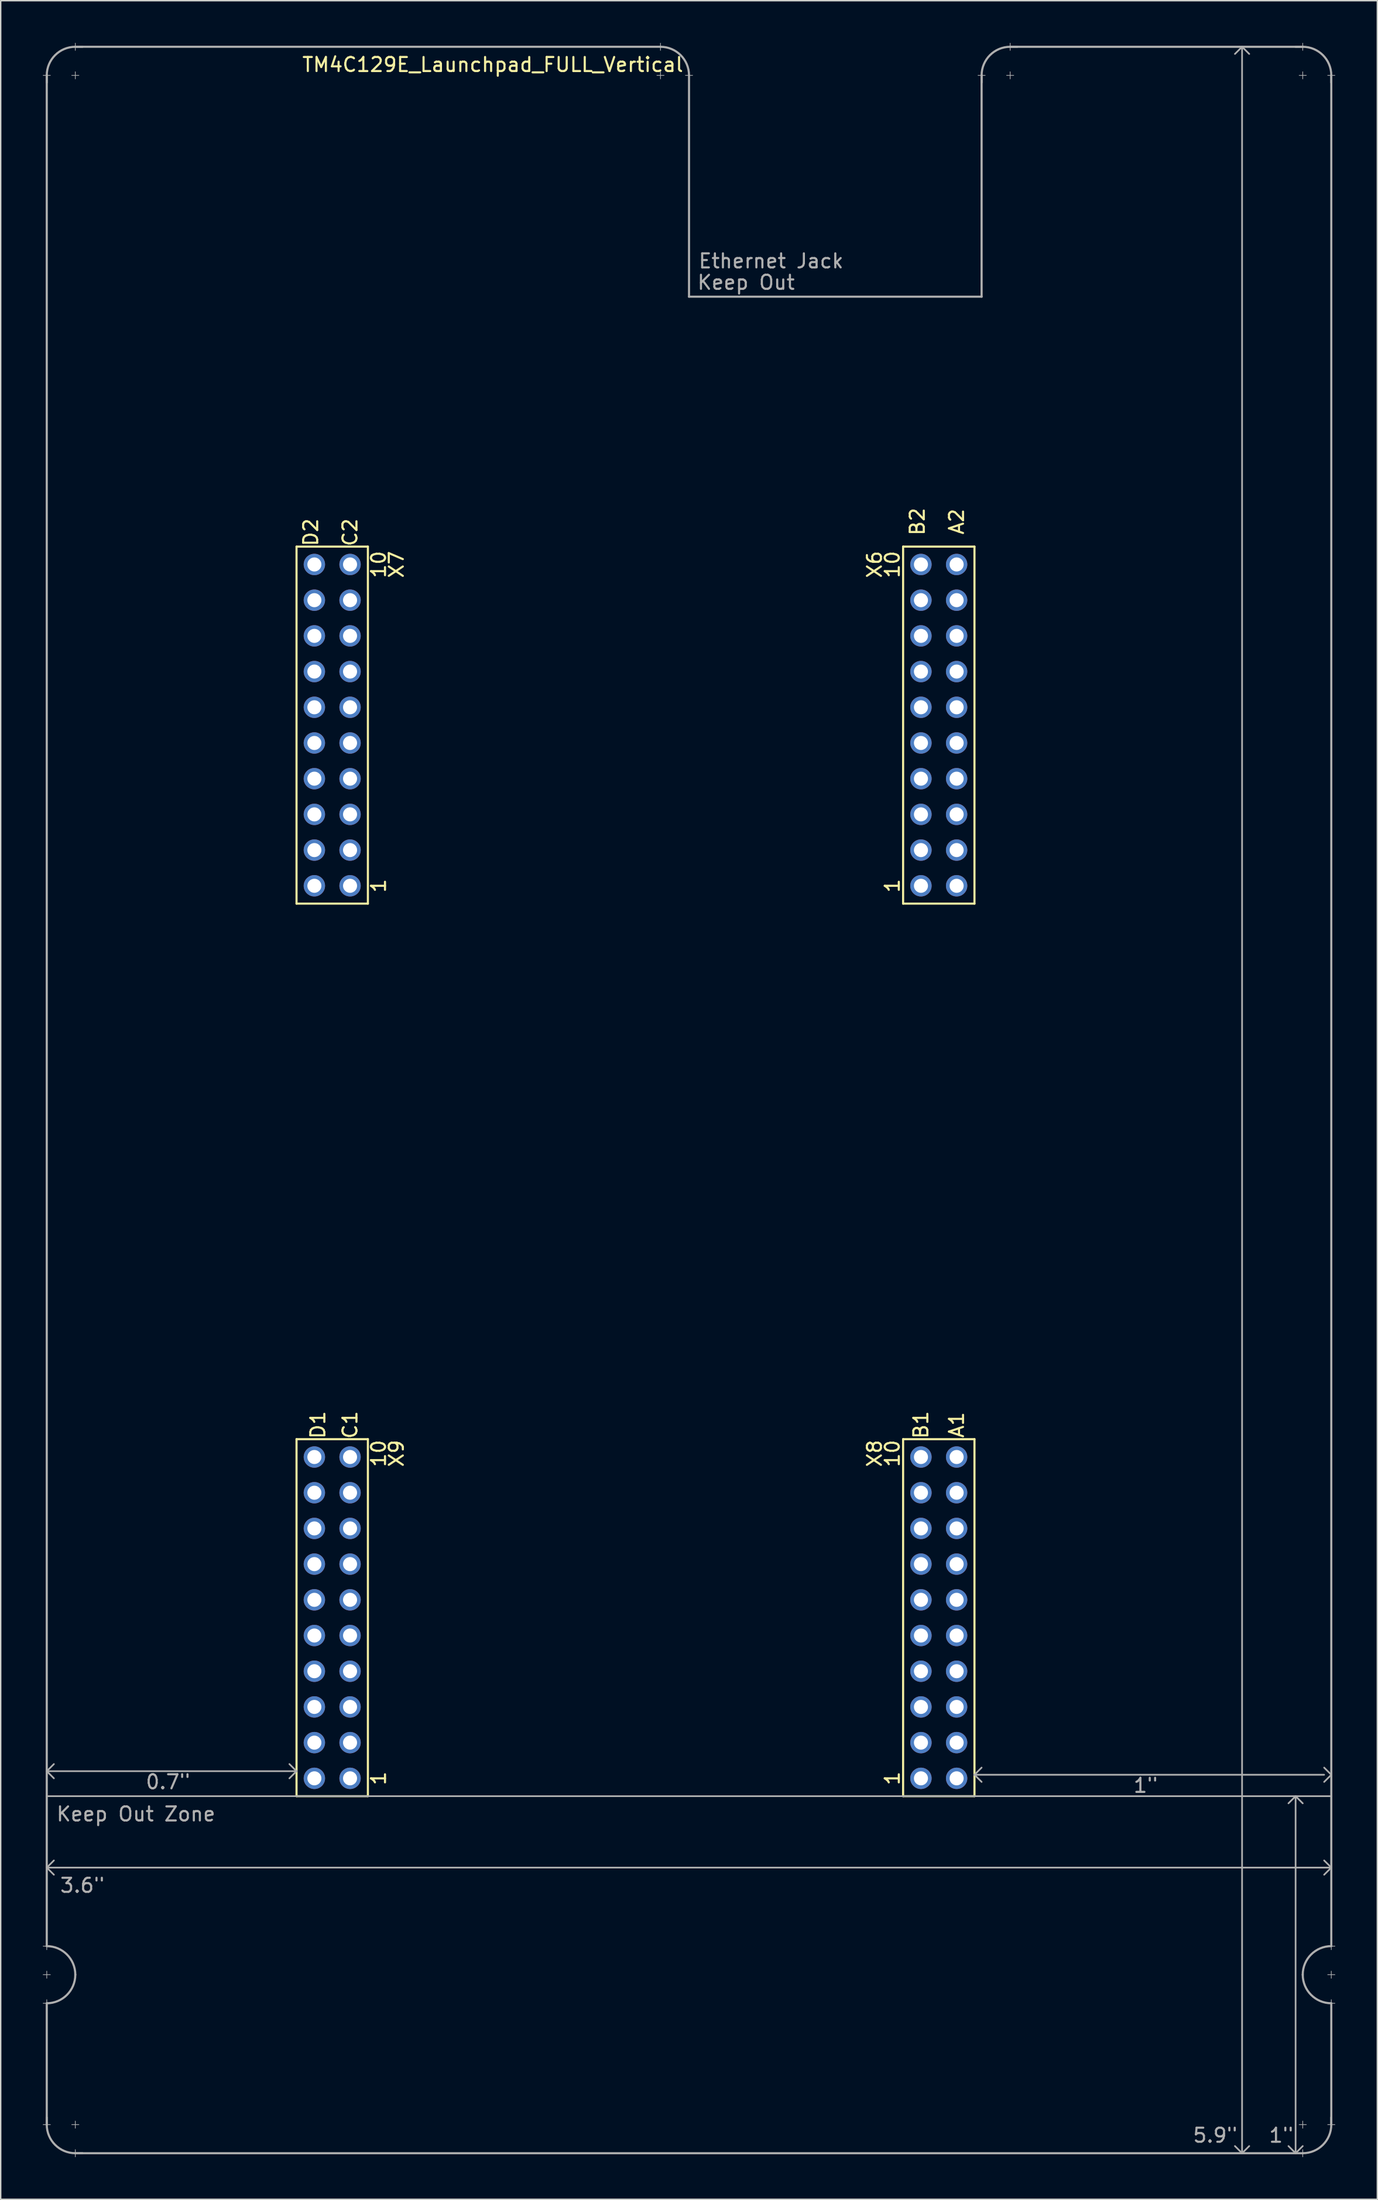
<source format=kicad_pcb>
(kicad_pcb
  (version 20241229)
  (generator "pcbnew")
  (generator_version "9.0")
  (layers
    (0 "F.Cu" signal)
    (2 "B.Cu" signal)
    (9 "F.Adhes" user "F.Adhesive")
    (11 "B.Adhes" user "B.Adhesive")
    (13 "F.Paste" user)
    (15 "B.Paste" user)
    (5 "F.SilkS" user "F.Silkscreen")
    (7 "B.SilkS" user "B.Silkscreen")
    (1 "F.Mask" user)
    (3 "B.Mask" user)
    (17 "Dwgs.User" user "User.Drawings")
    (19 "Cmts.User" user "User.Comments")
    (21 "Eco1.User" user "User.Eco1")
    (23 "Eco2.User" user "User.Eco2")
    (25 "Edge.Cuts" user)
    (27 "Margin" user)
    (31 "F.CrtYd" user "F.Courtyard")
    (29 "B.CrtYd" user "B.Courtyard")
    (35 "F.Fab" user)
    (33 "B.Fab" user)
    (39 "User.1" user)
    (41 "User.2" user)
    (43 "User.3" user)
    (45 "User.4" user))
  (footprint "TM4C129E_Launchpad_FULL_Vertical"
    (layer "F.Cu")
    (at 0.279 0.279)
    (property "Reference" "TM4C129E_Launchpad_FULL_Vertical" (at 31.75 1.27 0) (layer "F.SilkS") (effects (font (size 1 1) (thickness 0.15))))
    (attr through_hole)
    (fp_line (start 17.78 35.56) (end 17.78 60.96) (stroke (width 0.15) (type solid)) (layer "F.SilkS"))
    (fp_line (start 17.78 60.96) (end 22.86 60.96) (stroke (width 0.15) (type solid)) (layer "F.SilkS"))
    (fp_line (start 17.78 99.06) (end 17.78 124.46) (stroke (width 0.15) (type solid)) (layer "F.SilkS"))
    (fp_line (start 17.78 124.46) (end 22.86 124.46) (stroke (width 0.15) (type solid)) (layer "F.SilkS"))
    (fp_line (start 22.86 35.56) (end 17.78 35.56) (stroke (width 0.15) (type solid)) (layer "F.SilkS"))
    (fp_line (start 22.86 60.96) (end 22.86 35.56) (stroke (width 0.15) (type solid)) (layer "F.SilkS"))
    (fp_line (start 22.86 99.06) (end 17.78 99.06) (stroke (width 0.15) (type solid)) (layer "F.SilkS"))
    (fp_line (start 22.86 124.46) (end 22.86 99.06) (stroke (width 0.15) (type solid)) (layer "F.SilkS"))
    (fp_line (start 60.96 35.56) (end 60.96 60.96) (stroke (width 0.15) (type solid)) (layer "F.SilkS"))
    (fp_line (start 60.96 60.96) (end 66.04 60.96) (stroke (width 0.15) (type solid)) (layer "F.SilkS"))
    (fp_line (start 60.96 99.06) (end 60.96 124.46) (stroke (width 0.15) (type solid)) (layer "F.SilkS"))
    (fp_line (start 60.96 124.46) (end 66.04 124.46) (stroke (width 0.15) (type solid)) (layer "F.SilkS"))
    (fp_line (start 66.04 35.56) (end 60.96 35.56) (stroke (width 0.15) (type solid)) (layer "F.SilkS"))
    (fp_line (start 66.04 60.96) (end 66.04 35.56) (stroke (width 0.15) (type solid)) (layer "F.SilkS"))
    (fp_line (start 66.04 99.06) (end 60.96 99.06) (stroke (width 0.15) (type solid)) (layer "F.SilkS"))
    (fp_line (start 66.04 124.46) (end 66.04 99.06) (stroke (width 0.15) (type solid)) (layer "F.SilkS"))
    (fp_line (start -0.254 135.128) (end 0.254 135.128) (stroke (width 0.05) (type solid)) (layer "F.Fab"))
    (fp_line (start -0.254 137.16) (end 0.254 137.16) (stroke (width 0.05) (type solid)) (layer "F.Fab"))
    (fp_line (start -0.254 139.192) (end 0.254 139.192) (stroke (width 0.05) (type solid)) (layer "F.Fab"))
    (fp_line (start 0 2.032) (end 0 2.54) (stroke (width 0.15) (type solid)) (layer "F.Fab"))
    (fp_line (start 0 122.682) (end 0.508 122.174) (stroke (width 0.12) (type solid)) (layer "F.Fab"))
    (fp_line (start 0 122.682) (end 0.508 123.19) (stroke (width 0.12) (type solid)) (layer "F.Fab"))
    (fp_line (start 0 122.682) (end 17.78 122.682) (stroke (width 0.12) (type solid)) (layer "F.Fab"))
    (fp_line (start 0 129.54) (end 91.44 129.54) (stroke (width 0.12) (type solid)) (layer "F.Fab"))
    (fp_line (start 0 134.874) (end 0 135.382) (stroke (width 0.05) (type solid)) (layer "F.Fab"))
    (fp_line (start 0 135.128) (end 0 2.032) (stroke (width 0.15) (type solid)) (layer "F.Fab"))
    (fp_line (start 0 136.906) (end 0 137.414) (stroke (width 0.05) (type solid)) (layer "F.Fab"))
    (fp_line (start 0 138.938) (end 0 139.446) (stroke (width 0.05) (type solid)) (layer "F.Fab"))
    (fp_line (start 0 139.192) (end 0 147.828) (stroke (width 0.15) (type solid)) (layer "F.Fab"))
    (fp_line (start 0 147.32) (end 0 147.828) (stroke (width 0.15) (type solid)) (layer "F.Fab"))
    (fp_line (start 0.254 2.032) (end -0.254 2.032) (stroke (width 0.05) (type solid)) (layer "F.Fab"))
    (fp_line (start 0.254 147.828) (end -0.254 147.828) (stroke (width 0.05) (type solid)) (layer "F.Fab"))
    (fp_line (start 0.508 129.032) (end 0 129.54) (stroke (width 0.12) (type solid)) (layer "F.Fab"))
    (fp_line (start 0.508 130.048) (end 0 129.54) (stroke (width 0.12) (type solid)) (layer "F.Fab"))
    (fp_line (start 1.778 147.828) (end 2.286 147.828) (stroke (width 0.05) (type solid)) (layer "F.Fab"))
    (fp_line (start 2.032 0) (end 43.688 0) (stroke (width 0.15) (type solid)) (layer "F.Fab"))
    (fp_line (start 2.032 0.254) (end 2.032 -0.254) (stroke (width 0.05) (type solid)) (layer "F.Fab"))
    (fp_line (start 2.032 1.778) (end 2.032 2.286) (stroke (width 0.05) (type solid)) (layer "F.Fab"))
    (fp_line (start 2.032 147.574) (end 2.032 148.082) (stroke (width 0.05) (type solid)) (layer "F.Fab"))
    (fp_line (start 2.032 149.606) (end 2.032 150.114) (stroke (width 0.05) (type solid)) (layer "F.Fab"))
    (fp_line (start 2.032 149.86) (end 2.54 149.86) (stroke (width 0.15) (type solid)) (layer "F.Fab"))
    (fp_line (start 2.032 149.86) (end 88.9 149.86) (stroke (width 0.15) (type solid)) (layer "F.Fab"))
    (fp_line (start 2.286 2.032) (end 1.778 2.032) (stroke (width 0.05) (type solid)) (layer "F.Fab"))
    (fp_line (start 2.54 0) (end 2.032 0) (stroke (width 0.15) (type solid)) (layer "F.Fab"))
    (fp_line (start 17.272 122.174) (end 17.78 122.682) (stroke (width 0.12) (type solid)) (layer "F.Fab"))
    (fp_line (start 17.272 123.19) (end 17.78 122.682) (stroke (width 0.12) (type solid)) (layer "F.Fab"))
    (fp_line (start 43.434 2.032) (end 43.942 2.032) (stroke (width 0.05) (type solid)) (layer "F.Fab"))
    (fp_line (start 43.688 0.254) (end 43.688 -0.254) (stroke (width 0.05) (type solid)) (layer "F.Fab"))
    (fp_line (start 43.688 2.286) (end 43.688 1.778) (stroke (width 0.05) (type solid)) (layer "F.Fab"))
    (fp_line (start 45.466 2.032) (end 45.974 2.032) (stroke (width 0.05) (type solid)) (layer "F.Fab"))
    (fp_line (start 45.72 2.032) (end 45.72 17.78) (stroke (width 0.15) (type solid)) (layer "F.Fab"))
    (fp_line (start 45.72 17.78) (end 66.548 17.78) (stroke (width 0.15) (type solid)) (layer "F.Fab"))
    (fp_line (start 66.04 122.936) (end 66.548 122.428) (stroke (width 0.12) (type solid)) (layer "F.Fab"))
    (fp_line (start 66.04 122.936) (end 66.548 123.444) (stroke (width 0.12) (type solid)) (layer "F.Fab"))
    (fp_line (start 66.04 122.936) (end 90.932 122.936) (stroke (width 0.12) (type solid)) (layer "F.Fab"))
    (fp_line (start 66.548 2.032) (end 66.548 2.54) (stroke (width 0.15) (type solid)) (layer "F.Fab"))
    (fp_line (start 66.548 17.78) (end 66.548 2.032) (stroke (width 0.152) (type solid)) (layer "F.Fab"))
    (fp_line (start 66.802 2.032) (end 66.294 2.032) (stroke (width 0.05) (type solid)) (layer "F.Fab"))
    (fp_line (start 68.58 0.254) (end 68.58 -0.254) (stroke (width 0.05) (type solid)) (layer "F.Fab"))
    (fp_line (start 68.58 1.778) (end 68.58 2.286) (stroke (width 0.05) (type solid)) (layer "F.Fab"))
    (fp_line (start 68.834 2.032) (end 68.326 2.032) (stroke (width 0.05) (type solid)) (layer "F.Fab"))
    (fp_line (start 69.088 0) (end 68.58 0) (stroke (width 0.15) (type solid)) (layer "F.Fab"))
    (fp_line (start 84.582 0.508) (end 85.09 0) (stroke (width 0.12) (type solid)) (layer "F.Fab"))
    (fp_line (start 84.582 149.352) (end 85.09 149.86) (stroke (width 0.12) (type solid)) (layer "F.Fab"))
    (fp_line (start 85.09 149.86) (end 85.09 0) (stroke (width 0.12) (type solid)) (layer "F.Fab"))
    (fp_line (start 85.598 0.508) (end 85.09 0) (stroke (width 0.12) (type solid)) (layer "F.Fab"))
    (fp_line (start 85.598 149.352) (end 85.09 149.86) (stroke (width 0.12) (type solid)) (layer "F.Fab"))
    (fp_line (start 88.392 124.968) (end 88.9 124.46) (stroke (width 0.12) (type solid)) (layer "F.Fab"))
    (fp_line (start 88.9 0) (end 89.408 0) (stroke (width 0.15) (type solid)) (layer "F.Fab"))
    (fp_line (start 88.9 149.86) (end 88.392 149.352) (stroke (width 0.12) (type solid)) (layer "F.Fab"))
    (fp_line (start 88.9 149.86) (end 88.9 124.46) (stroke (width 0.12) (type solid)) (layer "F.Fab"))
    (fp_line (start 88.9 149.86) (end 89.408 149.352) (stroke (width 0.12) (type solid)) (layer "F.Fab"))
    (fp_line (start 89.154 2.032) (end 89.662 2.032) (stroke (width 0.05) (type solid)) (layer "F.Fab"))
    (fp_line (start 89.408 0) (end 68.58 0) (stroke (width 0.152) (type solid)) (layer "F.Fab"))
    (fp_line (start 89.408 0.254) (end 89.408 -0.254) (stroke (width 0.05) (type solid)) (layer "F.Fab"))
    (fp_line (start 89.408 1.778) (end 89.408 2.286) (stroke (width 0.05) (type solid)) (layer "F.Fab"))
    (fp_line (start 89.408 124.968) (end 88.9 124.46) (stroke (width 0.12) (type solid)) (layer "F.Fab"))
    (fp_line (start 89.408 147.574) (end 89.408 148.082) (stroke (width 0.05) (type solid)) (layer "F.Fab"))
    (fp_line (start 89.408 149.606) (end 89.408 150.114) (stroke (width 0.05) (type solid)) (layer "F.Fab"))
    (fp_line (start 89.408 149.86) (end 88.9 149.86) (stroke (width 0.15) (type solid)) (layer "F.Fab"))
    (fp_line (start 89.662 147.828) (end 89.154 147.828) (stroke (width 0.05) (type solid)) (layer "F.Fab"))
    (fp_line (start 90.932 122.428) (end 91.44 122.936) (stroke (width 0.12) (type solid)) (layer "F.Fab"))
    (fp_line (start 90.932 123.444) (end 91.44 122.936) (stroke (width 0.12) (type solid)) (layer "F.Fab"))
    (fp_line (start 90.932 129.032) (end 91.44 129.54) (stroke (width 0.12) (type solid)) (layer "F.Fab"))
    (fp_line (start 90.932 130.048) (end 91.44 129.54) (stroke (width 0.12) (type solid)) (layer "F.Fab"))
    (fp_line (start 91.186 2.032) (end 91.694 2.032) (stroke (width 0.05) (type solid)) (layer "F.Fab"))
    (fp_line (start 91.186 147.828) (end 91.694 147.828) (stroke (width 0.05) (type solid)) (layer "F.Fab"))
    (fp_line (start 91.44 2.032) (end 91.44 2.54) (stroke (width 0.15) (type solid)) (layer "F.Fab"))
    (fp_line (start 91.44 124.46) (end 0 124.46) (stroke (width 0.12) (type solid)) (layer "F.Fab"))
    (fp_line (start 91.44 134.874) (end 91.44 135.382) (stroke (width 0.05) (type solid)) (layer "F.Fab"))
    (fp_line (start 91.44 135.128) (end 91.44 2.032) (stroke (width 0.15) (type solid)) (layer "F.Fab"))
    (fp_line (start 91.44 136.906) (end 91.44 137.414) (stroke (width 0.05) (type solid)) (layer "F.Fab"))
    (fp_line (start 91.44 138.938) (end 91.44 139.446) (stroke (width 0.05) (type solid)) (layer "F.Fab"))
    (fp_line (start 91.44 139.192) (end 91.44 147.828) (stroke (width 0.15) (type solid)) (layer "F.Fab"))
    (fp_line (start 91.44 147.32) (end 91.44 147.828) (stroke (width 0.15) (type solid)) (layer "F.Fab"))
    (fp_line (start 91.694 135.128) (end 91.186 135.128) (stroke (width 0.05) (type solid)) (layer "F.Fab"))
    (fp_line (start 91.694 137.16) (end 91.186 137.16) (stroke (width 0.05) (type solid)) (layer "F.Fab"))
    (fp_line (start 91.694 139.192) (end 91.186 139.192) (stroke (width 0.05) (type solid)) (layer "F.Fab"))
    (fp_arc (start 0 2.032) (mid 0.595159 0.595159) (end 2.032 0) (stroke (width 0.15) (type solid)) (layer "F.Fab"))
    (fp_arc (start 0 135.128) (mid 1.436841 135.723159) (end 2.032 137.16) (stroke (width 0.15) (type solid)) (layer "F.Fab"))
    (fp_arc (start 2.032 137.16) (mid 1.436841 138.596841) (end 0 139.192) (stroke (width 0.15) (type solid)) (layer "F.Fab"))
    (fp_arc (start 2.032 149.86) (mid 0.595159 149.264841) (end 0 147.828) (stroke (width 0.15) (type solid)) (layer "F.Fab"))
    (fp_arc (start 43.688 0) (mid 45.124841 0.595159) (end 45.72 2.032) (stroke (width 0.15) (type solid)) (layer "F.Fab"))
    (fp_arc (start 66.548 2.032) (mid 67.143159 0.595159) (end 68.58 0) (stroke (width 0.15) (type solid)) (layer "F.Fab"))
    (fp_arc (start 89.408 0) (mid 90.844841 0.595159) (end 91.44 2.032) (stroke (width 0.15) (type solid)) (layer "F.Fab"))
    (fp_arc (start 89.408 137.16) (mid 90.003159 135.723159) (end 91.44 135.128) (stroke (width 0.15) (type solid)) (layer "F.Fab"))
    (fp_arc (start 91.44 139.192) (mid 90.003159 138.596841) (end 89.408 137.16) (stroke (width 0.15) (type solid)) (layer "F.Fab"))
    (fp_arc (start 91.44 147.828) (mid 90.844841 149.264841) (end 89.408 149.86) (stroke (width 0.15) (type solid)) (layer "F.Fab"))
    (fp_text user "D1" (at 19.304 98.044 270) (layer "F.SilkS") (effects (font (size 1 1) (thickness 0.15))))
    (fp_text user "X9" (at 24.892 100.076 270) (layer "F.SilkS") (effects (font (size 1 1) (thickness 0.15))))
    (fp_text user "10" (at 23.622 36.83 270) (layer "F.SilkS") (effects (font (size 1 1) (thickness 0.15))))
    (fp_text user "X7" (at 24.892 36.83 270) (layer "F.SilkS") (effects (font (size 1 1) (thickness 0.15))))
    (fp_text user "1" (at 23.622 123.19 270) (layer "F.SilkS") (effects (font (size 1 1) (thickness 0.15))))
    (fp_text user "X6" (at 58.928 36.83 90) (layer "F.SilkS") (effects (font (size 1 1) (thickness 0.15))))
    (fp_text user "B2" (at 61.976 33.782 270) (layer "F.SilkS") (effects (font (size 1 1) (thickness 0.15))))
    (fp_text user "1" (at 23.622 59.69 270) (layer "F.SilkS") (effects (font (size 1 1) (thickness 0.15))))
    (fp_text user "A1" (at 64.77 98.044 270) (layer "F.SilkS") (effects (font (size 1 1) (thickness 0.15))))
    (fp_text user "1" (at 60.198 59.69 270) (layer "F.SilkS") (effects (font (size 1 1) (thickness 0.15))))
    (fp_text user "B1" (at 62.23 98.044 270) (layer "F.SilkS") (effects (font (size 1 1) (thickness 0.15))))
    (fp_text user "1" (at 60.198 123.19 270) (layer "F.SilkS") (effects (font (size 1 1) (thickness 0.15))))
    (fp_text user "A2" (at 64.77 33.782 270) (layer "F.SilkS") (effects (font (size 1 1) (thickness 0.15))))
    (fp_text user "10" (at 23.622 100.076 270) (layer "F.SilkS") (effects (font (size 1 1) (thickness 0.15))))
    (fp_text user "X8" (at 58.928 100.076 270) (layer "F.SilkS") (effects (font (size 1 1) (thickness 0.15))))
    (fp_text user "D2" (at 18.796 34.544 90) (layer "F.SilkS") (effects (font (size 1 1) (thickness 0.15))))
    (fp_text user "C2" (at 21.59 34.544 270) (layer "F.SilkS") (effects (font (size 1 1) (thickness 0.15))))
    (fp_text user "10" (at 60.198 100.076 270) (layer "F.SilkS") (effects (font (size 1 1) (thickness 0.15))))
    (fp_text user "10" (at 60.198 36.83 270) (layer "F.SilkS") (effects (font (size 1 1) (thickness 0.15))))
    (fp_text user "C1" (at 21.59 98.044 270) (layer "F.SilkS") (effects (font (size 1 1) (thickness 0.15))))
    (fp_text user "Keep Out Zone" (at 6.35 125.73 0) (layer "F.Fab") (effects (font (size 1 1) (thickness 0.15))))
    (fp_text user "Ethernet Jack" (at 51.562 15.24 0) (layer "F.Fab") (effects (font (size 1 1) (thickness 0.15))))
    (fp_text user "1\"" (at 78.232 123.698 0) (layer "F.Fab") (effects (font (size 1 1) (thickness 0.15))))
    (fp_text user "0.7\"" (at 8.636 123.444 0) (layer "F.Fab") (effects (font (size 1 1) (thickness 0.15))))
    (fp_text user "3.6\"" (at 2.54 130.81 0) (layer "F.Fab") (effects (font (size 1 1) (thickness 0.15))))
    (fp_text user "1\"" (at 87.884 148.59 0) (layer "F.Fab") (effects (font (size 1 1) (thickness 0.15))))
    (fp_text user "Keep Out" (at 49.784 16.764 0) (layer "F.Fab") (effects (font (size 1 1) (thickness 0.15))))
    (fp_text user "5.9\"" (at 83.185 148.59 0) (layer "F.Fab") (effects (font (size 1 1) (thickness 0.15))))
    (pad "+3V3" thru_hole circle (at 64.77 123.19 270) (size 1.52 1.52) (drill 1) (layers "*.Cu" "*.Mask" "F.Paste"))
    (pad "+3V3`" thru_hole circle (at 64.77 59.69 270) (size 1.52 1.52) (drill 1) (layers "*.Cu" "*.Mask" "F.Paste"))
    (pad "+5V" thru_hole circle (at 62.23 123.19 270) (size 1.52 1.52) (drill 1) (layers "*.Cu" "*.Mask" "F.Paste"))
    (pad "+5V`" thru_hole circle (at 62.23 59.69 270) (size 1.52 1.52) (drill 1) (layers "*.Cu" "*.Mask" "F.Paste"))
    (pad "GND" thru_hole circle (at 19.05 59.69 270) (size 1.52 1.52) (drill 1) (layers "*.Cu" "*.Mask" "F.Paste"))
    (pad "GND" thru_hole circle (at 19.05 123.19 270) (size 1.52 1.52) (drill 1) (layers "*.Cu" "*.Mask" "F.Paste"))
    (pad "GND" thru_hole circle (at 62.23 57.15 270) (size 1.52 1.52) (drill 1) (layers "*.Cu" "*.Mask" "F.Paste"))
    (pad "GND" thru_hole circle (at 62.23 120.65 270) (size 1.52 1.52) (drill 1) (layers "*.Cu" "*.Mask" "F.Paste"))
    (pad "PA4" thru_hole circle (at 62.23 39.37 270) (size 1.52 1.52) (drill 1) (layers "*.Cu" "*.Mask" "F.Paste"))
    (pad "PA5" thru_hole circle (at 62.23 36.83 270) (size 1.52 1.52) (drill 1) (layers "*.Cu" "*.Mask" "F.Paste"))
    (pad "PA6" thru_hole circle (at 62.23 105.41 270) (size 1.52 1.52) (drill 1) (layers "*.Cu" "*.Mask" "F.Paste"))
    (pad "PA7" thru_hole circle (at 19.05 52.07 270) (size 1.52 1.52) (drill 1) (layers "*.Cu" "*.Mask" "F.Paste"))
    (pad "PB2" thru_hole circle (at 64.77 102.87 270) (size 1.52 1.52) (drill 1) (layers "*.Cu" "*.Mask" "F.Paste"))
    (pad "PB3" thru_hole circle (at 64.77 100.33 270) (size 1.52 1.52) (drill 1) (layers "*.Cu" "*.Mask" "F.Paste"))
    (pad "PB4" thru_hole circle (at 62.23 54.61 270) (size 1.52 1.52) (drill 1) (layers "*.Cu" "*.Mask" "F.Paste"))
    (pad "PB5" thru_hole circle (at 62.23 52.07 270) (size 1.52 1.52) (drill 1) (layers "*.Cu" "*.Mask" "F.Paste"))
    (pad "PC4" thru_hole circle (at 64.77 118.11 270) (size 1.52 1.52) (drill 1) (layers "*.Cu" "*.Mask" "F.Paste"))
    (pad "PC5" thru_hole circle (at 64.77 115.57 270) (size 1.52 1.52) (drill 1) (layers "*.Cu" "*.Mask" "F.Paste"))
    (pad "PC6" thru_hole circle (at 64.77 113.03 270) (size 1.52 1.52) (drill 1) (layers "*.Cu" "*.Mask" "F.Paste"))
    (pad "PC7" thru_hole circle (at 64.77 105.41 270) (size 1.52 1.52) (drill 1) (layers "*.Cu" "*.Mask" "F.Paste"))
    (pad "PD0" thru_hole circle (at 19.05 107.95 270) (size 1.52 1.52) (drill 1) (layers "*.Cu" "*.Mask" "F.Paste"))
    (pad "PD1" thru_hole circle (at 19.05 110.49 270) (size 1.52 1.52) (drill 1) (layers "*.Cu" "*.Mask" "F.Paste"))
    (pad "PD2" thru_hole circle (at 64.77 57.15 270) (size 1.52 1.52) (drill 1) (layers "*.Cu" "*.Mask" "F.Paste"))
    (pad "PD3" thru_hole circle (at 64.77 107.95 270) (size 1.52 1.52) (drill 1) (layers "*.Cu" "*.Mask" "F.Paste"))
    (pad "PD4" thru_hole circle (at 64.77 49.53 270) (size 1.52 1.52) (drill 1) (layers "*.Cu" "*.Mask" "F.Paste"))
    (pad "PD5" thru_hole circle (at 64.77 46.99 270) (size 1.52 1.52) (drill 1) (layers "*.Cu" "*.Mask" "F.Paste"))
    (pad "PD7" thru_hole circle (at 62.23 107.95 270) (size 1.52 1.52) (drill 1) (layers "*.Cu" "*.Mask" "F.Paste"))
    (pad "PE0" thru_hole circle (at 62.23 118.11 270) (size 1.52 1.52) (drill 1) (layers "*.Cu" "*.Mask" "F.Paste"))
    (pad "PE1" thru_hole circle (at 62.23 115.57 270) (size 1.52 1.52) (drill 1) (layers "*.Cu" "*.Mask" "F.Paste"))
    (pad "PE2" thru_hole circle (at 62.23 113.03 270) (size 1.52 1.52) (drill 1) (layers "*.Cu" "*.Mask" "F.Paste"))
    (pad "PE3" thru_hole circle (at 62.23 110.49 270) (size 1.52 1.52) (drill 1) (layers "*.Cu" "*.Mask" "F.Paste"))
    (pad "PE4" thru_hole circle (at 64.77 120.65 270) (size 1.52 1.52) (drill 1) (layers "*.Cu" "*.Mask" "F.Paste"))
    (pad "PE5" thru_hole circle (at 64.77 110.49 270) (size 1.52 1.52) (drill 1) (layers "*.Cu" "*.Mask" "F.Paste"))
    (pad "PF1" thru_hole circle (at 21.59 123.19 270) (size 1.52 1.52) (drill 1) (layers "*.Cu" "*.Mask" "F.Paste"))
    (pad "PF2" thru_hole circle (at 21.59 120.65 270) (size 1.52 1.52) (drill 1) (layers "*.Cu" "*.Mask" "F.Paste"))
    (pad "PF3" thru_hole circle (at 21.59 118.11 270) (size 1.52 1.52) (drill 1) (layers "*.Cu" "*.Mask" "F.Paste"))
    (pad "PG0" thru_hole circle (at 21.59 115.57 270) (size 1.52 1.52) (drill 1) (layers "*.Cu" "*.Mask" "F.Paste"))
    (pad "PG1" thru_hole circle (at 21.59 59.69 270) (size 1.52 1.52) (drill 1) (layers "*.Cu" "*.Mask" "F.Paste"))
    (pad "PH0" thru_hole circle (at 21.59 44.45 270) (size 1.52 1.52) (drill 1) (layers "*.Cu" "*.Mask" "F.Paste"))
    (pad "PH1" thru_hole circle (at 21.59 41.91 270) (size 1.52 1.52) (drill 1) (layers "*.Cu" "*.Mask" "F.Paste"))
    (pad "PH2" thru_hole circle (at 19.05 118.11 270) (size 1.52 1.52) (drill 1) (layers "*.Cu" "*.Mask" "F.Paste"))
    (pad "PH3" thru_hole circle (at 19.05 115.57 270) (size 1.52 1.52) (drill 1) (layers "*.Cu" "*.Mask" "F.Paste"))
    (pad "PK0" thru_hole circle (at 62.23 49.53 270) (size 1.52 1.52) (drill 1) (layers "*.Cu" "*.Mask" "F.Paste"))
    (pad "PK1" thru_hole circle (at 62.23 46.99 270) (size 1.52 1.52) (drill 1) (layers "*.Cu" "*.Mask" "F.Paste"))
    (pad "PK2" thru_hole circle (at 62.23 44.45 270) (size 1.52 1.52) (drill 1) (layers "*.Cu" "*.Mask" "F.Paste"))
    (pad "PK3" thru_hole circle (at 62.23 41.91 270) (size 1.52 1.52) (drill 1) (layers "*.Cu" "*.Mask" "F.Paste"))
    (pad "PK4" thru_hole circle (at 21.59 57.15 270) (size 1.52 1.52) (drill 1) (layers "*.Cu" "*.Mask" "F.Paste"))
    (pad "PK5" thru_hole circle (at 21.59 54.61 270) (size 1.52 1.52) (drill 1) (layers "*.Cu" "*.Mask" "F.Paste"))
    (pad "PK6" thru_hole circle (at 21.59 39.37 270) (size 1.52 1.52) (drill 1) (layers "*.Cu" "*.Mask" "F.Paste"))
    (pad "PK7" thru_hole circle (at 21.59 36.83 270) (size 1.52 1.52) (drill 1) (layers "*.Cu" "*.Mask" "F.Paste"))
    (pad "PL0" thru_hole circle (at 21.59 107.95 270) (size 1.52 1.52) (drill 1) (layers "*.Cu" "*.Mask" "F.Paste"))
    (pad "PL1" thru_hole circle (at 21.59 105.41 270) (size 1.52 1.52) (drill 1) (layers "*.Cu" "*.Mask" "F.Paste"))
    (pad "PL2" thru_hole circle (at 21.59 102.87 270) (size 1.52 1.52) (drill 1) (layers "*.Cu" "*.Mask" "F.Paste"))
    (pad "PL3" thru_hole circle (at 21.59 100.33 270) (size 1.52 1.52) (drill 1) (layers "*.Cu" "*.Mask" "F.Paste"))
    (pad "PL4" thru_hole circle (at 21.59 113.03 270) (size 1.52 1.52) (drill 1) (layers "*.Cu" "*.Mask" "F.Paste"))
    (pad "PL5" thru_hole circle (at 21.59 110.49 270) (size 1.52 1.52) (drill 1) (layers "*.Cu" "*.Mask" "F.Paste"))
    (pad "PM0" thru_hole circle (at 21.59 52.07 270) (size 1.52 1.52) (drill 1) (layers "*.Cu" "*.Mask" "F.Paste"))
    (pad "PM1" thru_hole circle (at 21.59 49.53 270) (size 1.52 1.52) (drill 1) (layers "*.Cu" "*.Mask" "F.Paste"))
    (pad "PM2" thru_hole circle (at 21.59 46.99 270) (size 1.52 1.52) (drill 1) (layers "*.Cu" "*.Mask" "F.Paste"))
    (pad "PM3" thru_hole circle (at 19.05 120.65 270) (size 1.52 1.52) (drill 1) (layers "*.Cu" "*.Mask" "F.Paste"))
    (pad "PM4" thru_hole circle (at 62.23 102.87 270) (size 1.52 1.52) (drill 1) (layers "*.Cu" "*.Mask" "F.Paste"))
    (pad "PM5" thru_hole circle (at 62.23 100.33 270) (size 1.52 1.52) (drill 1) (layers "*.Cu" "*.Mask" "F.Paste"))
    (pad "PM6" thru_hole circle (at 19.05 36.83 270) (size 1.52 1.52) (drill 1) (layers "*.Cu" "*.Mask" "F.Paste"))
    (pad "PM7" thru_hole circle (at 19.05 57.15 270) (size 1.52 1.52) (drill 1) (layers "*.Cu" "*.Mask" "F.Paste"))
    (pad "PN2" thru_hole circle (at 19.05 105.41 270) (size 1.52 1.52) (drill 1) (layers "*.Cu" "*.Mask" "F.Paste"))
    (pad "PN3" thru_hole circle (at 19.05 102.87 270) (size 1.52 1.52) (drill 1) (layers "*.Cu" "*.Mask" "F.Paste"))
    (pad "PN4" thru_hole circle (at 64.77 36.83 270) (size 1.52 1.52) (drill 1) (layers "*.Cu" "*.Mask" "F.Paste"))
    (pad "PN5" thru_hole circle (at 64.77 39.37 270) (size 1.52 1.52) (drill 1) (layers "*.Cu" "*.Mask" "F.Paste"))
    (pad "PP0" thru_hole circle (at 64.77 54.61 270) (size 1.52 1.52) (drill 1) (layers "*.Cu" "*.Mask" "F.Paste"))
    (pad "PP1" thru_hole circle (at 64.77 52.07 270) (size 1.52 1.52) (drill 1) (layers "*.Cu" "*.Mask" "F.Paste"))
    (pad "PP2" thru_hole circle (at 19.05 100.33 270) (size 1.52 1.52) (drill 1) (layers "*.Cu" "*.Mask" "F.Paste"))
    (pad "PP3" thru_hole circle (at 19.05 41.91 270) (size 1.52 1.52) (drill 1) (layers "*.Cu" "*.Mask" "F.Paste"))
    (pad "PP4" thru_hole circle (at 64.77 41.91 270) (size 1.52 1.52) (drill 1) (layers "*.Cu" "*.Mask" "F.Paste"))
    (pad "PP5" thru_hole circle (at 19.05 54.61 270) (size 1.52 1.52) (drill 1) (layers "*.Cu" "*.Mask" "F.Paste"))
    (pad "PQ0" thru_hole circle (at 64.77 44.45 270) (size 1.52 1.52) (drill 1) (layers "*.Cu" "*.Mask" "F.Paste"))
    (pad "PQ1" thru_hole circle (at 19.05 39.37 270) (size 1.52 1.52) (drill 1) (layers "*.Cu" "*.Mask" "F.Paste"))
    (pad "PQ2" thru_hole circle (at 19.05 46.99 270) (size 1.52 1.52) (drill 1) (layers "*.Cu" "*.Mask" "F.Paste"))
    (pad "PQ3" thru_hole circle (at 19.05 44.45 270) (size 1.52 1.52) (drill 1) (layers "*.Cu" "*.Mask" "F.Paste"))
    (pad "Rese" thru_hole circle (at 19.05 113.03 270) (size 1.52 1.52) (drill 1) (layers "*.Cu" "*.Mask" "F.Paste"))
    (pad "Rese'" thru_hole circle (at 19.05 49.53 270) (size 1.52 1.52) (drill 1) (layers "*.Cu" "*.Mask" "F.Paste")))
  (gr_rect
    (start -3 -3)
    (end 94.998 153.418)
    (stroke (width 0.1) (type default))
    (fill no)
    (layer "Edge.Cuts")))
</source>
